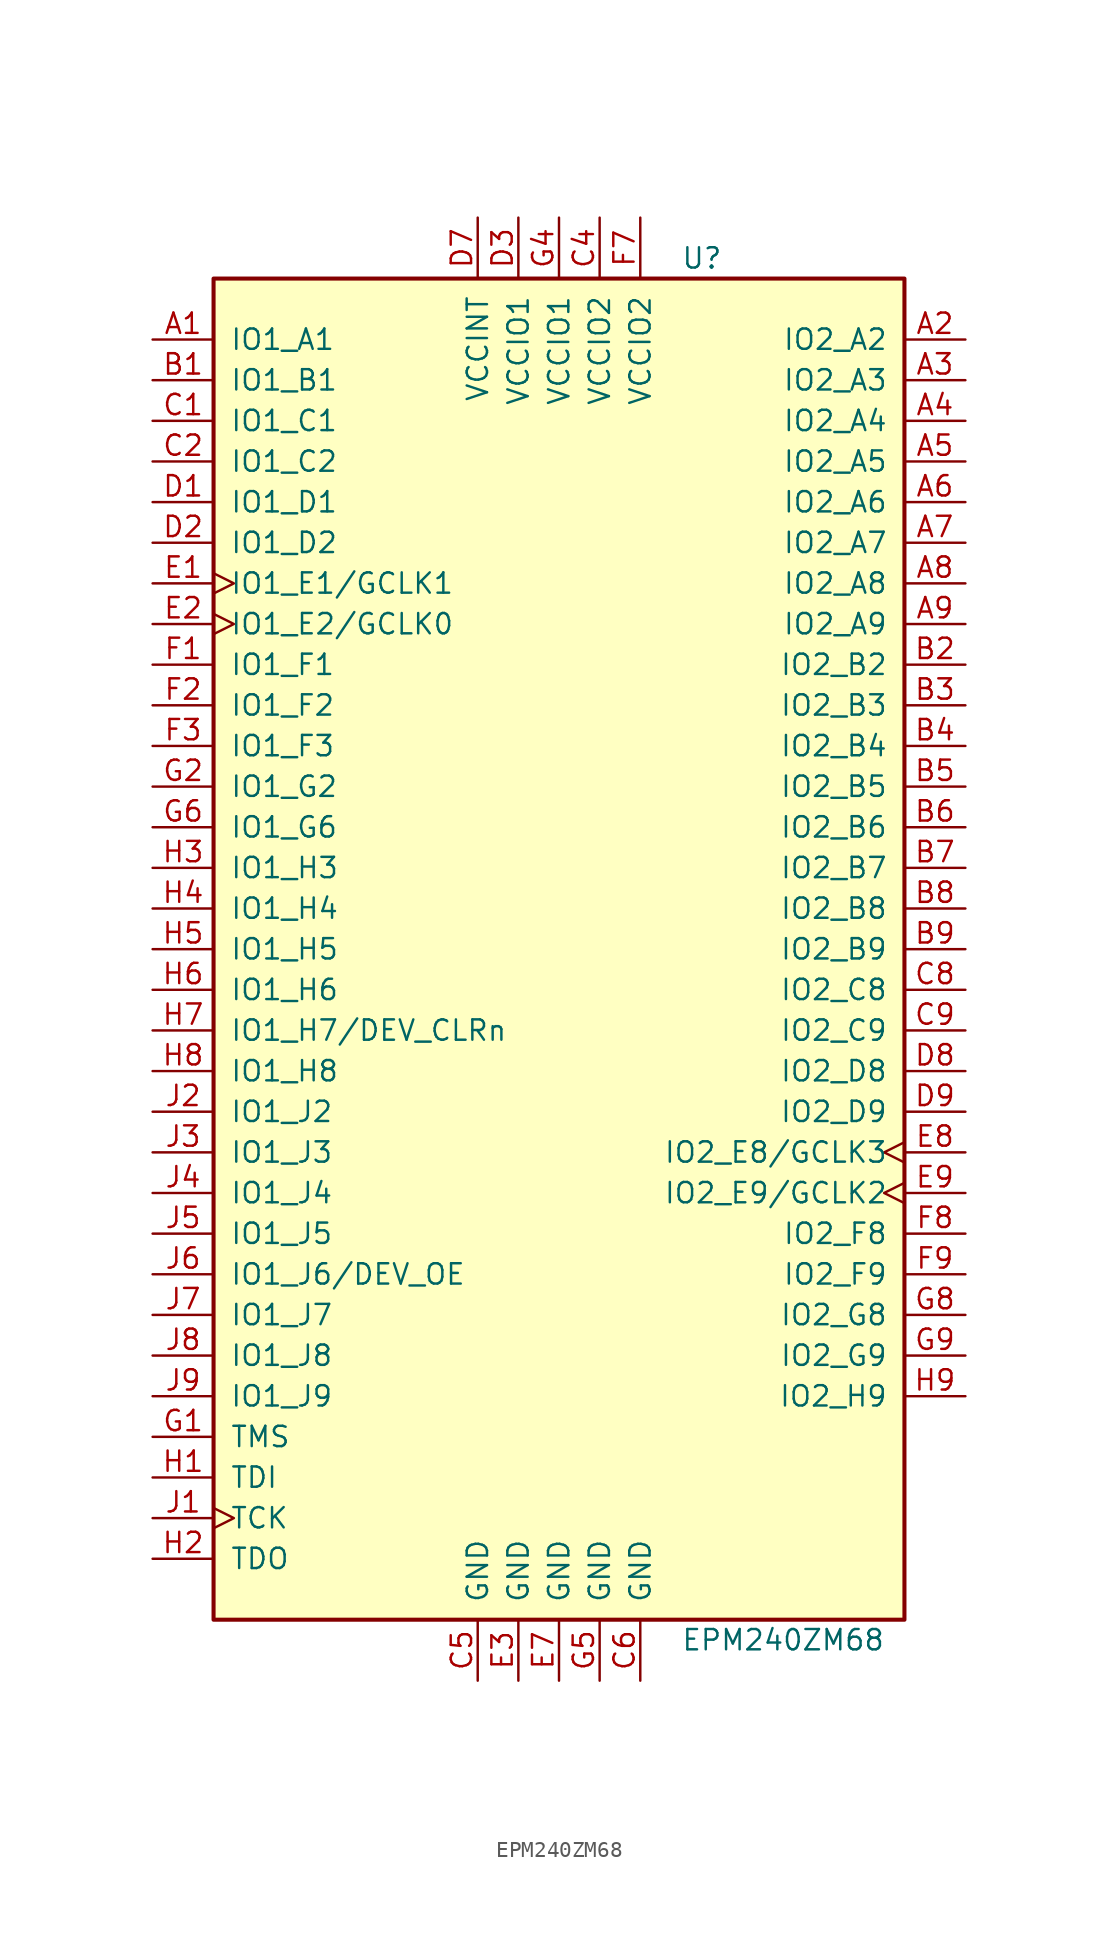
<source format=kicad_sym>
(kicad_symbol_lib
  (version 20220914)
  (generator kicad_symbol_editor)
  (symbol "EPM240ZM68"
    (pin_names
      (offset 1.016))
    (property "Reference" "U"
      (at 7.62 43.18 0)
      (effects (font (size 1.27 1.27)) (justify left)))
    (property "Value" "EPM240ZM68"
      (at 7.62 -43.18 0)
      (effects (font (size 1.27 1.27)) (justify left)))
    (property "ki_locked" ""
      (at 0 0 0)
      (effects (font (size 1.27 1.27))))
    (symbol "EPM240ZM68_1_1"
      (rectangle (start -21.59 41.91) (end 21.59 -41.91) (stroke (width 0.254) (type default)) (fill (type background)))
      (pin bidirectional line (at -25.4 38.1 0) (length 3.81) (name "IO1_A1" (effects (font (size 1.27 1.27)))) (number "A1" (effects (font (size 1.27 1.27)))))
      (pin bidirectional line (at 25.4 38.1 180) (length 3.81) (name "IO2_A2" (effects (font (size 1.27 1.27)))) (number "A2" (effects (font (size 1.27 1.27)))))
      (pin bidirectional line (at 25.4 35.56 180) (length 3.81) (name "IO2_A3" (effects (font (size 1.27 1.27)))) (number "A3" (effects (font (size 1.27 1.27)))))
      (pin bidirectional line (at 25.4 33.02 180) (length 3.81) (name "IO2_A4" (effects (font (size 1.27 1.27)))) (number "A4" (effects (font (size 1.27 1.27)))))
      (pin bidirectional line (at 25.4 30.48 180) (length 3.81) (name "IO2_A5" (effects (font (size 1.27 1.27)))) (number "A5" (effects (font (size 1.27 1.27)))))
      (pin bidirectional line (at 25.4 27.94 180) (length 3.81) (name "IO2_A6" (effects (font (size 1.27 1.27)))) (number "A6" (effects (font (size 1.27 1.27)))))
      (pin bidirectional line (at 25.4 25.4 180) (length 3.81) (name "IO2_A7" (effects (font (size 1.27 1.27)))) (number "A7" (effects (font (size 1.27 1.27)))))
      (pin bidirectional line (at 25.4 22.86 180) (length 3.81) (name "IO2_A8" (effects (font (size 1.27 1.27)))) (number "A8" (effects (font (size 1.27 1.27)))))
      (pin bidirectional line (at 25.4 20.32 180) (length 3.81) (name "IO2_A9" (effects (font (size 1.27 1.27)))) (number "A9" (effects (font (size 1.27 1.27)))))
      (pin bidirectional line (at -25.4 35.56 0) (length 3.81) (name "IO1_B1" (effects (font (size 1.27 1.27)))) (number "B1" (effects (font (size 1.27 1.27)))))
      (pin bidirectional line (at 25.4 17.78 180) (length 3.81) (name "IO2_B2" (effects (font (size 1.27 1.27)))) (number "B2" (effects (font (size 1.27 1.27)))))
      (pin bidirectional line (at 25.4 15.24 180) (length 3.81) (name "IO2_B3" (effects (font (size 1.27 1.27)))) (number "B3" (effects (font (size 1.27 1.27)))))
      (pin bidirectional line (at 25.4 12.7 180) (length 3.81) (name "IO2_B4" (effects (font (size 1.27 1.27)))) (number "B4" (effects (font (size 1.27 1.27)))))
      (pin bidirectional line (at 25.4 10.16 180) (length 3.81) (name "IO2_B5" (effects (font (size 1.27 1.27)))) (number "B5" (effects (font (size 1.27 1.27)))))
      (pin bidirectional line (at 25.4 7.62 180) (length 3.81) (name "IO2_B6" (effects (font (size 1.27 1.27)))) (number "B6" (effects (font (size 1.27 1.27)))))
      (pin bidirectional line (at 25.4 5.08 180) (length 3.81) (name "IO2_B7" (effects (font (size 1.27 1.27)))) (number "B7" (effects (font (size 1.27 1.27)))))
      (pin bidirectional line (at 25.4 2.54 180) (length 3.81) (name "IO2_B8" (effects (font (size 1.27 1.27)))) (number "B8" (effects (font (size 1.27 1.27)))))
      (pin bidirectional line (at 25.4 0 180) (length 3.81) (name "IO2_B9" (effects (font (size 1.27 1.27)))) (number "B9" (effects (font (size 1.27 1.27)))))
      (pin bidirectional line (at -25.4 33.02 0) (length 3.81) (name "IO1_C1" (effects (font (size 1.27 1.27)))) (number "C1" (effects (font (size 1.27 1.27)))))
      (pin bidirectional line (at -25.4 30.48 0) (length 3.81) (name "IO1_C2" (effects (font (size 1.27 1.27)))) (number "C2" (effects (font (size 1.27 1.27)))))
      (pin power_in line (at 2.54 45.72 270) (length 3.81) (name "VCCIO2" (effects (font (size 1.27 1.27)))) (number "C4" (effects (font (size 1.27 1.27)))))
      (pin power_in line (at -5.08 -45.72 90) (length 3.81) (name "GND" (effects (font (size 1.27 1.27)))) (number "C5" (effects (font (size 1.27 1.27)))))
      (pin power_in line (at 5.08 -45.72 90) (length 3.81) (name "GND" (effects (font (size 1.27 1.27)))) (number "C6" (effects (font (size 1.27 1.27)))))
      (pin bidirectional line (at 25.4 -2.54 180) (length 3.81) (name "IO2_C8" (effects (font (size 1.27 1.27)))) (number "C8" (effects (font (size 1.27 1.27)))))
      (pin bidirectional line (at 25.4 -5.08 180) (length 3.81) (name "IO2_C9" (effects (font (size 1.27 1.27)))) (number "C9" (effects (font (size 1.27 1.27)))))
      (pin bidirectional line (at -25.4 27.94 0) (length 3.81) (name "IO1_D1" (effects (font (size 1.27 1.27)))) (number "D1" (effects (font (size 1.27 1.27)))))
      (pin bidirectional line (at -25.4 25.4 0) (length 3.81) (name "IO1_D2" (effects (font (size 1.27 1.27)))) (number "D2" (effects (font (size 1.27 1.27)))))
      (pin power_in line (at -2.54 45.72 270) (length 3.81) (name "VCCIO1" (effects (font (size 1.27 1.27)))) (number "D3" (effects (font (size 1.27 1.27)))))
      (pin power_in line (at -5.08 45.72 270) (length 3.81) (name "VCCINT" (effects (font (size 1.27 1.27)))) (number "D7" (effects (font (size 1.27 1.27)))))
      (pin bidirectional line (at 25.4 -7.62 180) (length 3.81) (name "IO2_D8" (effects (font (size 1.27 1.27)))) (number "D8" (effects (font (size 1.27 1.27)))))
      (pin bidirectional line (at 25.4 -10.16 180) (length 3.81) (name "IO2_D9" (effects (font (size 1.27 1.27)))) (number "D9" (effects (font (size 1.27 1.27)))))
      (pin bidirectional clock (at -25.4 22.86 0) (length 3.81) (name "IO1_E1/GCLK1" (effects (font (size 1.27 1.27)))) (number "E1" (effects (font (size 1.27 1.27)))))
      (pin bidirectional clock (at -25.4 20.32 0) (length 3.81) (name "IO1_E2/GCLK0" (effects (font (size 1.27 1.27)))) (number "E2" (effects (font (size 1.27 1.27)))))
      (pin power_in line (at -2.54 -45.72 90) (length 3.81) (name "GND" (effects (font (size 1.27 1.27)))) (number "E3" (effects (font (size 1.27 1.27)))))
      (pin power_in line (at 0 -45.72 90) (length 3.81) (name "GND" (effects (font (size 1.27 1.27)))) (number "E7" (effects (font (size 1.27 1.27)))))
      (pin bidirectional clock (at 25.4 -12.7 180) (length 3.81) (name "IO2_E8/GCLK3" (effects (font (size 1.27 1.27)))) (number "E8" (effects (font (size 1.27 1.27)))))
      (pin bidirectional clock (at 25.4 -15.24 180) (length 3.81) (name "IO2_E9/GCLK2" (effects (font (size 1.27 1.27)))) (number "E9" (effects (font (size 1.27 1.27)))))
      (pin bidirectional line (at -25.4 17.78 0) (length 3.81) (name "IO1_F1" (effects (font (size 1.27 1.27)))) (number "F1" (effects (font (size 1.27 1.27)))))
      (pin bidirectional line (at -25.4 15.24 0) (length 3.81) (name "IO1_F2" (effects (font (size 1.27 1.27)))) (number "F2" (effects (font (size 1.27 1.27)))))
      (pin bidirectional line (at -25.4 12.7 0) (length 3.81) (name "IO1_F3" (effects (font (size 1.27 1.27)))) (number "F3" (effects (font (size 1.27 1.27)))))
      (pin power_in line (at 5.08 45.72 270) (length 3.81) (name "VCCIO2" (effects (font (size 1.27 1.27)))) (number "F7" (effects (font (size 1.27 1.27)))))
      (pin bidirectional line (at 25.4 -17.78 180) (length 3.81) (name "IO2_F8" (effects (font (size 1.27 1.27)))) (number "F8" (effects (font (size 1.27 1.27)))))
      (pin bidirectional line (at 25.4 -20.32 180) (length 3.81) (name "IO2_F9" (effects (font (size 1.27 1.27)))) (number "F9" (effects (font (size 1.27 1.27)))))
      (pin input line (at -25.4 -30.48 0) (length 3.81) (name "TMS" (effects (font (size 1.27 1.27)))) (number "G1" (effects (font (size 1.27 1.27)))))
      (pin bidirectional line (at -25.4 10.16 0) (length 3.81) (name "IO1_G2" (effects (font (size 1.27 1.27)))) (number "G2" (effects (font (size 1.27 1.27)))))
      (pin power_in line (at 0 45.72 270) (length 3.81) (name "VCCIO1" (effects (font (size 1.27 1.27)))) (number "G4" (effects (font (size 1.27 1.27)))))
      (pin power_in line (at 2.54 -45.72 90) (length 3.81) (name "GND" (effects (font (size 1.27 1.27)))) (number "G5" (effects (font (size 1.27 1.27)))))
      (pin bidirectional line (at -25.4 7.62 0) (length 3.81) (name "IO1_G6" (effects (font (size 1.27 1.27)))) (number "G6" (effects (font (size 1.27 1.27)))))
      (pin bidirectional line (at 25.4 -22.86 180) (length 3.81) (name "IO2_G8" (effects (font (size 1.27 1.27)))) (number "G8" (effects (font (size 1.27 1.27)))))
      (pin bidirectional line (at 25.4 -25.4 180) (length 3.81) (name "IO2_G9" (effects (font (size 1.27 1.27)))) (number "G9" (effects (font (size 1.27 1.27)))))
      (pin input line (at -25.4 -33.02 0) (length 3.81) (name "TDI" (effects (font (size 1.27 1.27)))) (number "H1" (effects (font (size 1.27 1.27)))))
      (pin output line (at -25.4 -38.1 0) (length 3.81) (name "TDO" (effects (font (size 1.27 1.27)))) (number "H2" (effects (font (size 1.27 1.27)))))
      (pin bidirectional line (at -25.4 5.08 0) (length 3.81) (name "IO1_H3" (effects (font (size 1.27 1.27)))) (number "H3" (effects (font (size 1.27 1.27)))))
      (pin bidirectional line (at -25.4 2.54 0) (length 3.81) (name "IO1_H4" (effects (font (size 1.27 1.27)))) (number "H4" (effects (font (size 1.27 1.27)))))
      (pin bidirectional line (at -25.4 0 0) (length 3.81) (name "IO1_H5" (effects (font (size 1.27 1.27)))) (number "H5" (effects (font (size 1.27 1.27)))))
      (pin bidirectional line (at -25.4 -2.54 0) (length 3.81) (name "IO1_H6" (effects (font (size 1.27 1.27)))) (number "H6" (effects (font (size 1.27 1.27)))))
      (pin bidirectional line (at -25.4 -5.08 0) (length 3.81) (name "IO1_H7/DEV_CLRn" (effects (font (size 1.27 1.27)))) (number "H7" (effects (font (size 1.27 1.27)))))
      (pin bidirectional line (at -25.4 -7.62 0) (length 3.81) (name "IO1_H8" (effects (font (size 1.27 1.27)))) (number "H8" (effects (font (size 1.27 1.27)))))
      (pin bidirectional line (at 25.4 -27.94 180) (length 3.81) (name "IO2_H9" (effects (font (size 1.27 1.27)))) (number "H9" (effects (font (size 1.27 1.27)))))
      (pin input clock (at -25.4 -35.56 0) (length 3.81) (name "TCK" (effects (font (size 1.27 1.27)))) (number "J1" (effects (font (size 1.27 1.27)))))
      (pin bidirectional line (at -25.4 -10.16 0) (length 3.81) (name "IO1_J2" (effects (font (size 1.27 1.27)))) (number "J2" (effects (font (size 1.27 1.27)))))
      (pin bidirectional line (at -25.4 -12.7 0) (length 3.81) (name "IO1_J3" (effects (font (size 1.27 1.27)))) (number "J3" (effects (font (size 1.27 1.27)))))
      (pin bidirectional line (at -25.4 -15.24 0) (length 3.81) (name "IO1_J4" (effects (font (size 1.27 1.27)))) (number "J4" (effects (font (size 1.27 1.27)))))
      (pin bidirectional line (at -25.4 -17.78 0) (length 3.81) (name "IO1_J5" (effects (font (size 1.27 1.27)))) (number "J5" (effects (font (size 1.27 1.27)))))
      (pin bidirectional line (at -25.4 -20.32 0) (length 3.81) (name "IO1_J6/DEV_OE" (effects (font (size 1.27 1.27)))) (number "J6" (effects (font (size 1.27 1.27)))))
      (pin bidirectional line (at -25.4 -22.86 0) (length 3.81) (name "IO1_J7" (effects (font (size 1.27 1.27)))) (number "J7" (effects (font (size 1.27 1.27)))))
      (pin bidirectional line (at -25.4 -25.4 0) (length 3.81) (name "IO1_J8" (effects (font (size 1.27 1.27)))) (number "J8" (effects (font (size 1.27 1.27)))))
      (pin bidirectional line (at -25.4 -27.94 0) (length 3.81) (name "IO1_J9" (effects (font (size 1.27 1.27)))) (number "J9" (effects (font (size 1.27 1.27))))))))
</source>
